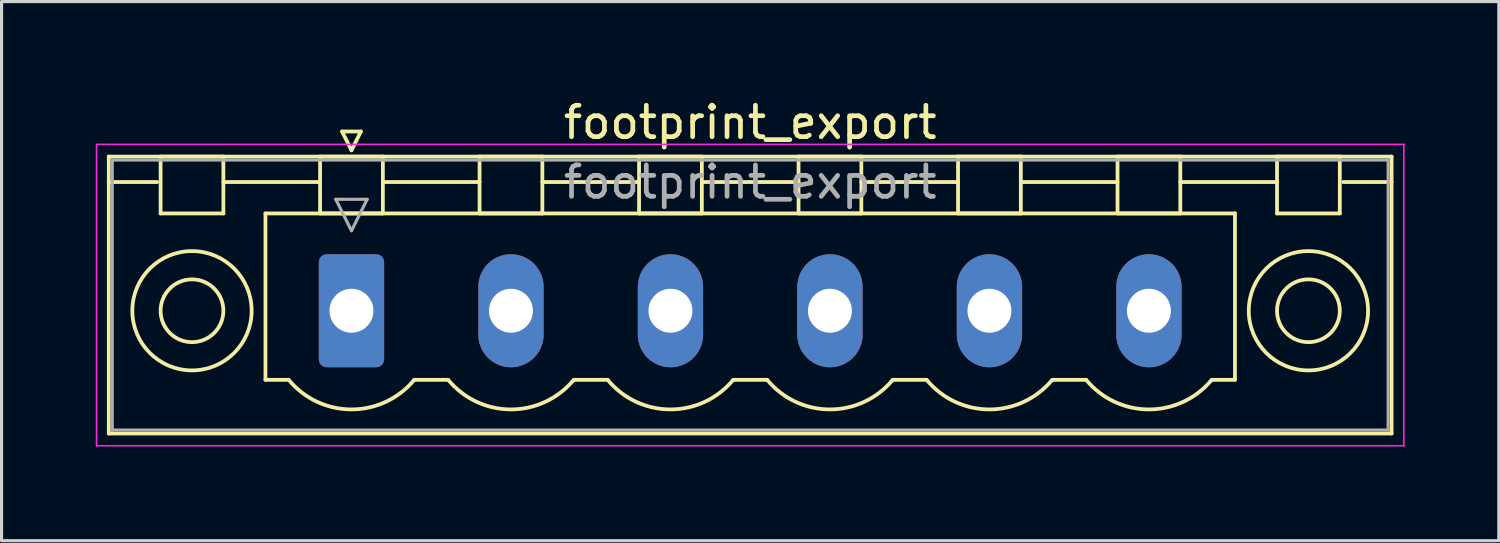
<source format=kicad_pcb>
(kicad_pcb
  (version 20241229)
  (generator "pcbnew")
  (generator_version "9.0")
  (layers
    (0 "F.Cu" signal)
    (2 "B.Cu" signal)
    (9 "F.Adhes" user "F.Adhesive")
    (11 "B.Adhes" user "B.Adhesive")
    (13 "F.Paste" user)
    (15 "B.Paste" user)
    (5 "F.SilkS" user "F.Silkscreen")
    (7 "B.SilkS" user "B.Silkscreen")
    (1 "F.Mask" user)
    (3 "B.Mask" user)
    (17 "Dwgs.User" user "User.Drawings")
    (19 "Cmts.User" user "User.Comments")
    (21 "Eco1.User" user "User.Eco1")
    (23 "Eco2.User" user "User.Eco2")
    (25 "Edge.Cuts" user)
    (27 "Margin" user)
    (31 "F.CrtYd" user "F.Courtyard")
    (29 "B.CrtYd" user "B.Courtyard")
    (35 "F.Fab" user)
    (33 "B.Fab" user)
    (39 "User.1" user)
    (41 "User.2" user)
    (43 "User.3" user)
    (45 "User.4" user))
  (footprint "footprint_export"
    (layer "F.Cu")
    (at 8.145 6.848)
    (property "Reference" "footprint_export" (at 12.7 -6 0) (layer "F.SilkS") (effects (font (size 1 1) (thickness 0.15))))
    (attr through_hole)
    (fp_line (start -7.73 -4.91) (end -7.73 3.91) (stroke (width 0.12) (type solid)) (layer "F.SilkS"))
    (fp_line (start -7.73 -4.1) (end -6.19 -4.1) (stroke (width 0.12) (type solid)) (layer "F.SilkS"))
    (fp_line (start -7.73 3.91) (end 33.13 3.91) (stroke (width 0.12) (type solid)) (layer "F.SilkS"))
    (fp_line (start -6.08 -4.91) (end -4.08 -4.91) (stroke (width 0.12) (type solid)) (layer "F.SilkS"))
    (fp_line (start -6.08 -3.1) (end -6.08 -4.91) (stroke (width 0.12) (type solid)) (layer "F.SilkS"))
    (fp_line (start -4.08 -4.91) (end -4.08 -3.1) (stroke (width 0.12) (type solid)) (layer "F.SilkS"))
    (fp_line (start -4.08 -4.1) (end -1 -4.1) (stroke (width 0.12) (type solid)) (layer "F.SilkS"))
    (fp_line (start -4.08 -3.1) (end -6.08 -3.1) (stroke (width 0.12) (type solid)) (layer "F.SilkS"))
    (fp_line (start -2.74 -3.1) (end 28.14 -3.1) (stroke (width 0.12) (type solid)) (layer "F.SilkS"))
    (fp_line (start -2.74 2.2) (end -2.74 -3.1) (stroke (width 0.12) (type solid)) (layer "F.SilkS"))
    (fp_line (start -2 2.2) (end -2.74 2.2) (stroke (width 0.12) (type solid)) (layer "F.SilkS"))
    (fp_line (start -1 -4.91) (end 1 -4.91) (stroke (width 0.12) (type solid)) (layer "F.SilkS"))
    (fp_line (start -1 -3.1) (end -1 -4.91) (stroke (width 0.12) (type solid)) (layer "F.SilkS"))
    (fp_line (start -0.3 -5.71) (end 0.3 -5.71) (stroke (width 0.12) (type solid)) (layer "F.SilkS"))
    (fp_line (start 0 -5.11) (end -0.3 -5.71) (stroke (width 0.12) (type solid)) (layer "F.SilkS"))
    (fp_line (start 0.3 -5.71) (end 0 -5.11) (stroke (width 0.12) (type solid)) (layer "F.SilkS"))
    (fp_line (start 1 -4.91) (end 1 -3.1) (stroke (width 0.12) (type solid)) (layer "F.SilkS"))
    (fp_line (start 1 -4.1) (end 4.08 -4.1) (stroke (width 0.12) (type solid)) (layer "F.SilkS"))
    (fp_line (start 1 -3.1) (end -1 -3.1) (stroke (width 0.12) (type solid)) (layer "F.SilkS"))
    (fp_line (start 2 2.2) (end 3.08 2.2) (stroke (width 0.12) (type solid)) (layer "F.SilkS"))
    (fp_line (start 4.08 -4.91) (end 6.08 -4.91) (stroke (width 0.12) (type solid)) (layer "F.SilkS"))
    (fp_line (start 4.08 -3.1) (end 4.08 -4.91) (stroke (width 0.12) (type solid)) (layer "F.SilkS"))
    (fp_line (start 6.08 -4.91) (end 6.08 -3.1) (stroke (width 0.12) (type solid)) (layer "F.SilkS"))
    (fp_line (start 6.08 -4.1) (end 9.16 -4.1) (stroke (width 0.12) (type solid)) (layer "F.SilkS"))
    (fp_line (start 6.08 -3.1) (end 4.08 -3.1) (stroke (width 0.12) (type solid)) (layer "F.SilkS"))
    (fp_line (start 7.08 2.2) (end 8.16 2.2) (stroke (width 0.12) (type solid)) (layer "F.SilkS"))
    (fp_line (start 9.16 -4.91) (end 11.16 -4.91) (stroke (width 0.12) (type solid)) (layer "F.SilkS"))
    (fp_line (start 9.16 -3.1) (end 9.16 -4.91) (stroke (width 0.12) (type solid)) (layer "F.SilkS"))
    (fp_line (start 11.16 -4.91) (end 11.16 -3.1) (stroke (width 0.12) (type solid)) (layer "F.SilkS"))
    (fp_line (start 11.16 -4.1) (end 14.24 -4.1) (stroke (width 0.12) (type solid)) (layer "F.SilkS"))
    (fp_line (start 11.16 -3.1) (end 9.16 -3.1) (stroke (width 0.12) (type solid)) (layer "F.SilkS"))
    (fp_line (start 12.16 2.2) (end 13.24 2.2) (stroke (width 0.12) (type solid)) (layer "F.SilkS"))
    (fp_line (start 14.24 -4.91) (end 16.24 -4.91) (stroke (width 0.12) (type solid)) (layer "F.SilkS"))
    (fp_line (start 14.24 -3.1) (end 14.24 -4.91) (stroke (width 0.12) (type solid)) (layer "F.SilkS"))
    (fp_line (start 16.24 -4.91) (end 16.24 -3.1) (stroke (width 0.12) (type solid)) (layer "F.SilkS"))
    (fp_line (start 16.24 -4.1) (end 19.32 -4.1) (stroke (width 0.12) (type solid)) (layer "F.SilkS"))
    (fp_line (start 16.24 -3.1) (end 14.24 -3.1) (stroke (width 0.12) (type solid)) (layer "F.SilkS"))
    (fp_line (start 17.24 2.2) (end 18.32 2.2) (stroke (width 0.12) (type solid)) (layer "F.SilkS"))
    (fp_line (start 19.32 -4.91) (end 21.32 -4.91) (stroke (width 0.12) (type solid)) (layer "F.SilkS"))
    (fp_line (start 19.32 -3.1) (end 19.32 -4.91) (stroke (width 0.12) (type solid)) (layer "F.SilkS"))
    (fp_line (start 21.32 -4.91) (end 21.32 -3.1) (stroke (width 0.12) (type solid)) (layer "F.SilkS"))
    (fp_line (start 21.32 -4.1) (end 24.4 -4.1) (stroke (width 0.12) (type solid)) (layer "F.SilkS"))
    (fp_line (start 21.32 -3.1) (end 19.32 -3.1) (stroke (width 0.12) (type solid)) (layer "F.SilkS"))
    (fp_line (start 22.32 2.2) (end 23.4 2.2) (stroke (width 0.12) (type solid)) (layer "F.SilkS"))
    (fp_line (start 24.4 -4.91) (end 26.4 -4.91) (stroke (width 0.12) (type solid)) (layer "F.SilkS"))
    (fp_line (start 24.4 -3.1) (end 24.4 -4.91) (stroke (width 0.12) (type solid)) (layer "F.SilkS"))
    (fp_line (start 26.4 -4.91) (end 26.4 -3.1) (stroke (width 0.12) (type solid)) (layer "F.SilkS"))
    (fp_line (start 26.4 -4.1) (end 29.48 -4.1) (stroke (width 0.12) (type solid)) (layer "F.SilkS"))
    (fp_line (start 26.4 -3.1) (end 24.4 -3.1) (stroke (width 0.12) (type solid)) (layer "F.SilkS"))
    (fp_line (start 28.14 -3.1) (end 28.14 2.2) (stroke (width 0.12) (type solid)) (layer "F.SilkS"))
    (fp_line (start 28.14 2.2) (end 27.4 2.2) (stroke (width 0.12) (type solid)) (layer "F.SilkS"))
    (fp_line (start 29.48 -4.91) (end 31.48 -4.91) (stroke (width 0.12) (type solid)) (layer "F.SilkS"))
    (fp_line (start 29.48 -3.1) (end 29.48 -4.91) (stroke (width 0.12) (type solid)) (layer "F.SilkS"))
    (fp_line (start 31.48 -4.91) (end 31.48 -3.1) (stroke (width 0.12) (type solid)) (layer "F.SilkS"))
    (fp_line (start 31.48 -3.1) (end 29.48 -3.1) (stroke (width 0.12) (type solid)) (layer "F.SilkS"))
    (fp_line (start 33.13 -4.91) (end -7.73 -4.91) (stroke (width 0.12) (type solid)) (layer "F.SilkS"))
    (fp_line (start 33.13 -4.1) (end 31.59 -4.1) (stroke (width 0.12) (type solid)) (layer "F.SilkS"))
    (fp_line (start 33.13 3.91) (end 33.13 -4.91) (stroke (width 0.12) (type solid)) (layer "F.SilkS"))
    (fp_arc (start 1.986842 2.215821) (mid -0.010289 3.142758) (end -2 2.2) (stroke (width 0.12) (type solid)) (layer "F.SilkS"))
    (fp_arc (start 7.066842 2.215821) (mid 5.069711 3.142758) (end 3.08 2.2) (stroke (width 0.12) (type solid)) (layer "F.SilkS"))
    (fp_arc (start 12.146842 2.215821) (mid 10.149711 3.142758) (end 8.16 2.2) (stroke (width 0.12) (type solid)) (layer "F.SilkS"))
    (fp_arc (start 17.226842 2.215821) (mid 15.229711 3.142758) (end 13.24 2.2) (stroke (width 0.12) (type solid)) (layer "F.SilkS"))
    (fp_arc (start 22.306842 2.215821) (mid 20.309711 3.142758) (end 18.32 2.2) (stroke (width 0.12) (type solid)) (layer "F.SilkS"))
    (fp_arc (start 27.386842 2.215821) (mid 25.389711 3.142758) (end 23.4 2.2) (stroke (width 0.12) (type solid)) (layer "F.SilkS"))
    (fp_circle (center -5.08 0) (end -4.08 0) (stroke (width 0.12) (type solid)) (fill no) (layer "F.SilkS"))
    (fp_circle (center -5.08 0) (end -3.18 0) (stroke (width 0.12) (type solid)) (fill no) (layer "F.SilkS"))
    (fp_circle (center 30.48 0) (end 31.48 0) (stroke (width 0.12) (type solid)) (fill no) (layer "F.SilkS"))
    (fp_circle (center 30.48 0) (end 32.38 0) (stroke (width 0.12) (type solid)) (fill no) (layer "F.SilkS"))
    (fp_line (start -8.12 -5.3) (end -8.12 4.3) (stroke (width 0.05) (type solid)) (layer "F.CrtYd"))
    (fp_line (start -8.12 4.3) (end 33.52 4.3) (stroke (width 0.05) (type solid)) (layer "F.CrtYd"))
    (fp_line (start 33.52 -5.3) (end -8.12 -5.3) (stroke (width 0.05) (type solid)) (layer "F.CrtYd"))
    (fp_line (start 33.52 4.3) (end 33.52 -5.3) (stroke (width 0.05) (type solid)) (layer "F.CrtYd"))
    (fp_line (start -7.62 -4.8) (end -7.62 3.8) (stroke (width 0.1) (type solid)) (layer "F.Fab"))
    (fp_line (start -7.62 3.8) (end 33.02 3.8) (stroke (width 0.1) (type solid)) (layer "F.Fab"))
    (fp_line (start -0.5 -3.55) (end 0.5 -3.55) (stroke (width 0.1) (type solid)) (layer "F.Fab"))
    (fp_line (start 0 -2.55) (end -0.5 -3.55) (stroke (width 0.1) (type solid)) (layer "F.Fab"))
    (fp_line (start 0.5 -3.55) (end 0 -2.55) (stroke (width 0.1) (type solid)) (layer "F.Fab"))
    (fp_line (start 33.02 -4.8) (end -7.62 -4.8) (stroke (width 0.1) (type solid)) (layer "F.Fab"))
    (fp_line (start 33.02 3.8) (end 33.02 -4.8) (stroke (width 0.1) (type solid)) (layer "F.Fab"))
    (fp_text user "${REFERENCE}" (at 12.7 -4.1 0) (layer "F.Fab") (effects (font (size 1 1) (thickness 0.15))))
    (pad "1" thru_hole roundrect (at 0 0) (size 2.08 3.6) (drill 1.4) (layers "*.Cu" "*.Mask") (roundrect_rratio 0.12))
    (pad "2" thru_hole oval (at 5.08 0) (size 2.08 3.6) (drill 1.4) (layers "*.Cu" "*.Mask"))
    (pad "3" thru_hole oval (at 10.16 0) (size 2.08 3.6) (drill 1.4) (layers "*.Cu" "*.Mask"))
    (pad "4" thru_hole oval (at 15.24 0) (size 2.08 3.6) (drill 1.4) (layers "*.Cu" "*.Mask"))
    (pad "5" thru_hole oval (at 20.32 0) (size 2.08 3.6) (drill 1.4) (layers "*.Cu" "*.Mask"))
    (pad "6" thru_hole oval (at 25.4 0) (size 2.08 3.6) (drill 1.4) (layers "*.Cu" "*.Mask")))
  (gr_rect
    (start -3 -3)
    (end 44.69 14.173)
    (stroke (width 0.1) (type default))
    (fill no)
    (layer "Edge.Cuts")))
</source>
